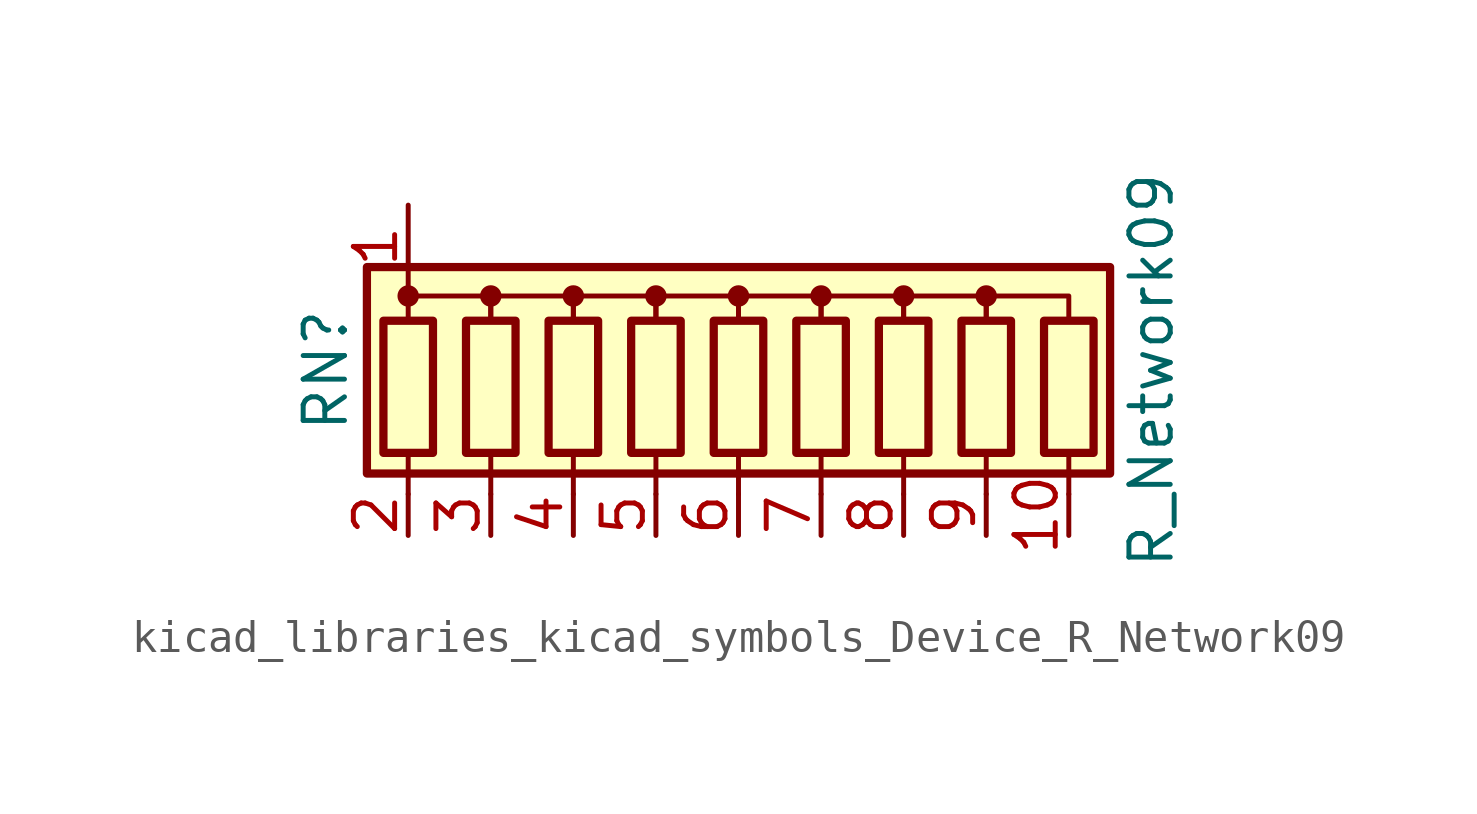
<source format=kicad_sym>
(kicad_symbol_lib
  (version 20220914)
  (generator kicad_symbol_editor)
  (symbol "kicad_libraries_kicad_symbols_Device_R_Network09"
    (pin_names
      (offset 0) hide)
    (property "Reference" "RN"
      (at -12.7 0 90)
      (effects (font (size 1.27 1.27))))
    (property "Value" "R_Network09"
      (at 12.7 0 90)
      (effects (font (size 1.27 1.27))))
    (symbol "kicad_libraries_kicad_symbols_Device_R_Network09_0_1"
      (rectangle (start -11.43 -3.175) (end 11.43 3.175) (stroke (width 0.254) (type default)) (fill (type background)))
      (rectangle (start -10.922 1.524) (end -9.398 -2.54) (stroke (width 0.254) (type default)) (fill (type none)))
      (circle (center -10.16 2.286) (radius 0.254) (stroke (width 0) (type default)) (fill (type outline)))
      (rectangle (start -8.382 1.524) (end -6.858 -2.54) (stroke (width 0.254) (type default)) (fill (type none)))
      (circle (center -7.62 2.286) (radius 0.254) (stroke (width 0) (type default)) (fill (type outline)))
      (rectangle (start -5.842 1.524) (end -4.318 -2.54) (stroke (width 0.254) (type default)) (fill (type none)))
      (circle (center -5.08 2.286) (radius 0.254) (stroke (width 0) (type default)) (fill (type outline)))
      (rectangle (start -3.302 1.524) (end -1.778 -2.54) (stroke (width 0.254) (type default)) (fill (type none)))
      (circle (center -2.54 2.286) (radius 0.254) (stroke (width 0) (type default)) (fill (type outline)))
      (rectangle (start -0.762 1.524) (end 0.762 -2.54) (stroke (width 0.254) (type default)) (fill (type none)))
      (polyline (pts (xy -10.16 -2.54) (xy -10.16 -3.81)) (stroke (width 0) (type default)) (fill (type none)))
      (polyline (pts (xy -7.62 -2.54) (xy -7.62 -3.81)) (stroke (width 0) (type default)) (fill (type none)))
      (polyline (pts (xy -5.08 -2.54) (xy -5.08 -3.81)) (stroke (width 0) (type default)) (fill (type none)))
      (polyline (pts (xy -2.54 -2.54) (xy -2.54 -3.81)) (stroke (width 0) (type default)) (fill (type none)))
      (polyline (pts (xy 0 -2.54) (xy 0 -3.81)) (stroke (width 0) (type default)) (fill (type none)))
      (polyline (pts (xy 2.54 -2.54) (xy 2.54 -3.81)) (stroke (width 0) (type default)) (fill (type none)))
      (polyline (pts (xy 5.08 -2.54) (xy 5.08 -3.81)) (stroke (width 0) (type default)) (fill (type none)))
      (polyline (pts (xy 7.62 -2.54) (xy 7.62 -3.81)) (stroke (width 0) (type default)) (fill (type none)))
      (polyline (pts (xy 10.16 -2.54) (xy 10.16 -3.81)) (stroke (width 0) (type default)) (fill (type none)))
      (polyline (pts (xy -10.16 1.524) (xy -10.16 2.286) (xy -7.62 2.286) (xy -7.62 1.524)) (stroke (width 0) (type default)) (fill (type none)))
      (polyline (pts (xy -7.62 1.524) (xy -7.62 2.286) (xy -5.08 2.286) (xy -5.08 1.524)) (stroke (width 0) (type default)) (fill (type none)))
      (polyline (pts (xy -5.08 1.524) (xy -5.08 2.286) (xy -2.54 2.286) (xy -2.54 1.524)) (stroke (width 0) (type default)) (fill (type none)))
      (polyline (pts (xy -2.54 1.524) (xy -2.54 2.286) (xy 0 2.286) (xy 0 1.524)) (stroke (width 0) (type default)) (fill (type none)))
      (polyline (pts (xy 0 1.524) (xy 0 2.286) (xy 2.54 2.286) (xy 2.54 1.524)) (stroke (width 0) (type default)) (fill (type none)))
      (polyline (pts (xy 2.54 1.524) (xy 2.54 2.286) (xy 5.08 2.286) (xy 5.08 1.524)) (stroke (width 0) (type default)) (fill (type none)))
      (polyline (pts (xy 5.08 1.524) (xy 5.08 2.286) (xy 7.62 2.286) (xy 7.62 1.524)) (stroke (width 0) (type default)) (fill (type none)))
      (polyline (pts (xy 7.62 1.524) (xy 7.62 2.286) (xy 10.16 2.286) (xy 10.16 1.524)) (stroke (width 0) (type default)) (fill (type none)))
      (circle (center 0 2.286) (radius 0.254) (stroke (width 0) (type default)) (fill (type outline)))
      (rectangle (start 1.778 1.524) (end 3.302 -2.54) (stroke (width 0.254) (type default)) (fill (type none)))
      (circle (center 2.54 2.286) (radius 0.254) (stroke (width 0) (type default)) (fill (type outline)))
      (rectangle (start 4.318 1.524) (end 5.842 -2.54) (stroke (width 0.254) (type default)) (fill (type none)))
      (circle (center 5.08 2.286) (radius 0.254) (stroke (width 0) (type default)) (fill (type outline)))
      (rectangle (start 6.858 1.524) (end 8.382 -2.54) (stroke (width 0.254) (type default)) (fill (type none)))
      (circle (center 7.62 2.286) (radius 0.254) (stroke (width 0) (type default)) (fill (type outline)))
      (rectangle (start 9.398 1.524) (end 10.922 -2.54) (stroke (width 0.254) (type default)) (fill (type none))))
    (symbol "kicad_libraries_kicad_symbols_Device_R_Network09_1_1"
      (pin passive line (at -10.16 5.08 270) (length 2.54) (name "common" (effects (font (size 1.27 1.27)))) (number "1" (effects (font (size 1.27 1.27)))))
      (pin passive line (at 10.16 -5.08 90) (length 1.27) (name "R9" (effects (font (size 1.27 1.27)))) (number "10" (effects (font (size 1.27 1.27)))))
      (pin passive line (at -10.16 -5.08 90) (length 1.27) (name "R1" (effects (font (size 1.27 1.27)))) (number "2" (effects (font (size 1.27 1.27)))))
      (pin passive line (at -7.62 -5.08 90) (length 1.27) (name "R2" (effects (font (size 1.27 1.27)))) (number "3" (effects (font (size 1.27 1.27)))))
      (pin passive line (at -5.08 -5.08 90) (length 1.27) (name "R3" (effects (font (size 1.27 1.27)))) (number "4" (effects (font (size 1.27 1.27)))))
      (pin passive line (at -2.54 -5.08 90) (length 1.27) (name "R4" (effects (font (size 1.27 1.27)))) (number "5" (effects (font (size 1.27 1.27)))))
      (pin passive line (at 0 -5.08 90) (length 1.27) (name "R5" (effects (font (size 1.27 1.27)))) (number "6" (effects (font (size 1.27 1.27)))))
      (pin passive line (at 2.54 -5.08 90) (length 1.27) (name "R6" (effects (font (size 1.27 1.27)))) (number "7" (effects (font (size 1.27 1.27)))))
      (pin passive line (at 5.08 -5.08 90) (length 1.27) (name "R7" (effects (font (size 1.27 1.27)))) (number "8" (effects (font (size 1.27 1.27)))))
      (pin passive line (at 7.62 -5.08 90) (length 1.27) (name "R8" (effects (font (size 1.27 1.27)))) (number "9" (effects (font (size 1.27 1.27))))))))
</source>
